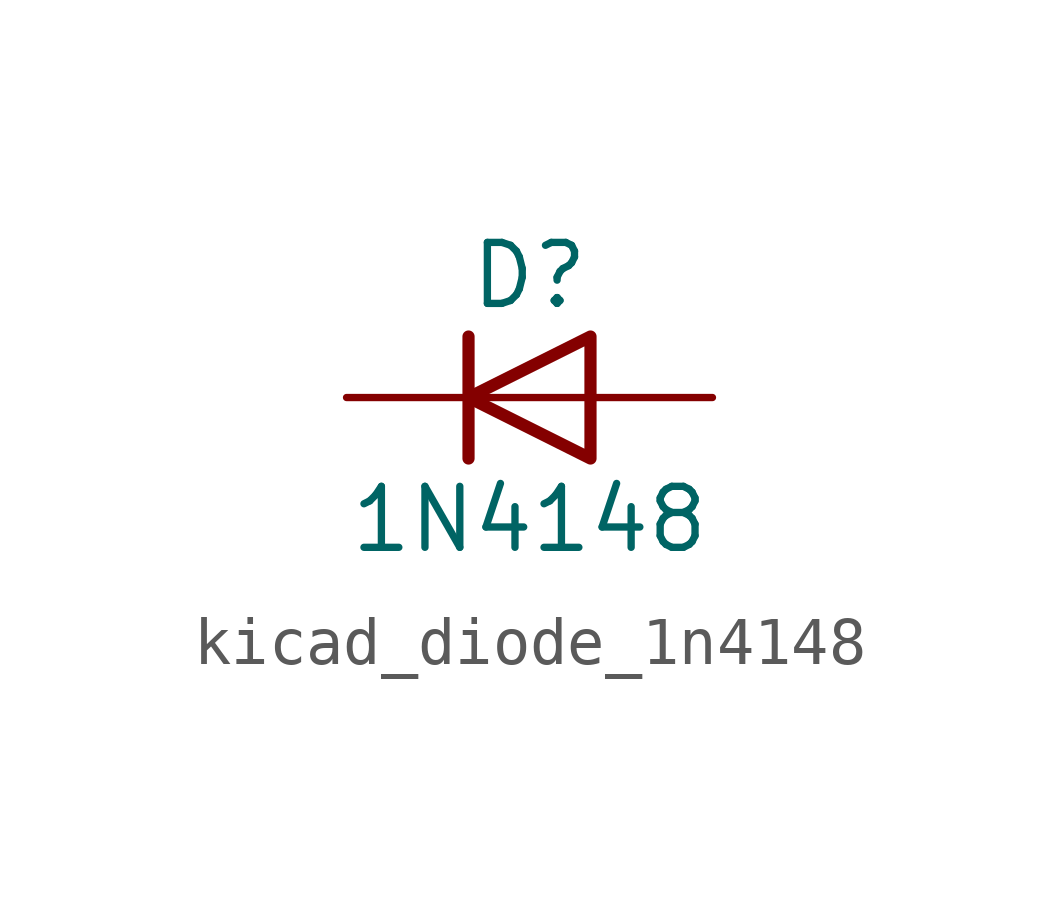
<source format=kicad_sym>
(kicad_symbol_lib
  (version 20220914)
  (generator kicad_symbol_editor)
  (symbol "kicad_diode_1n4148"
    (pin_numbers hide)
    (pin_names hide)
    (property "Reference" "D"
      (at 0 2.54 0)
      (effects (font (size 1.27 1.27))))
    (property "Value" "1N4148"
      (at 0 -2.54 0)
      (effects (font (size 1.27 1.27))))
    (symbol "kicad_diode_1n4148_0_1"
      (polyline (pts (xy -1.27 1.27) (xy -1.27 -1.27)) (stroke (width 0.254) (type default)) (fill (type none)))
      (polyline (pts (xy 1.27 0) (xy -1.27 0)) (stroke (width 0) (type default)) (fill (type none)))
      (polyline (pts (xy 1.27 1.27) (xy 1.27 -1.27) (xy -1.27 0) (xy 1.27 1.27)) (stroke (width 0.254) (type default)) (fill (type none))))
    (symbol "kicad_diode_1n4148_1_1"
      (pin passive line (at -3.81 0 0) (length 2.54) (name "K" (effects (font (size 1.27 1.27)))) (number "1" (effects (font (size 1.27 1.27)))))
      (pin passive line (at 3.81 0 180) (length 2.54) (name "A" (effects (font (size 1.27 1.27)))) (number "2" (effects (font (size 1.27 1.27))))))))
</source>
